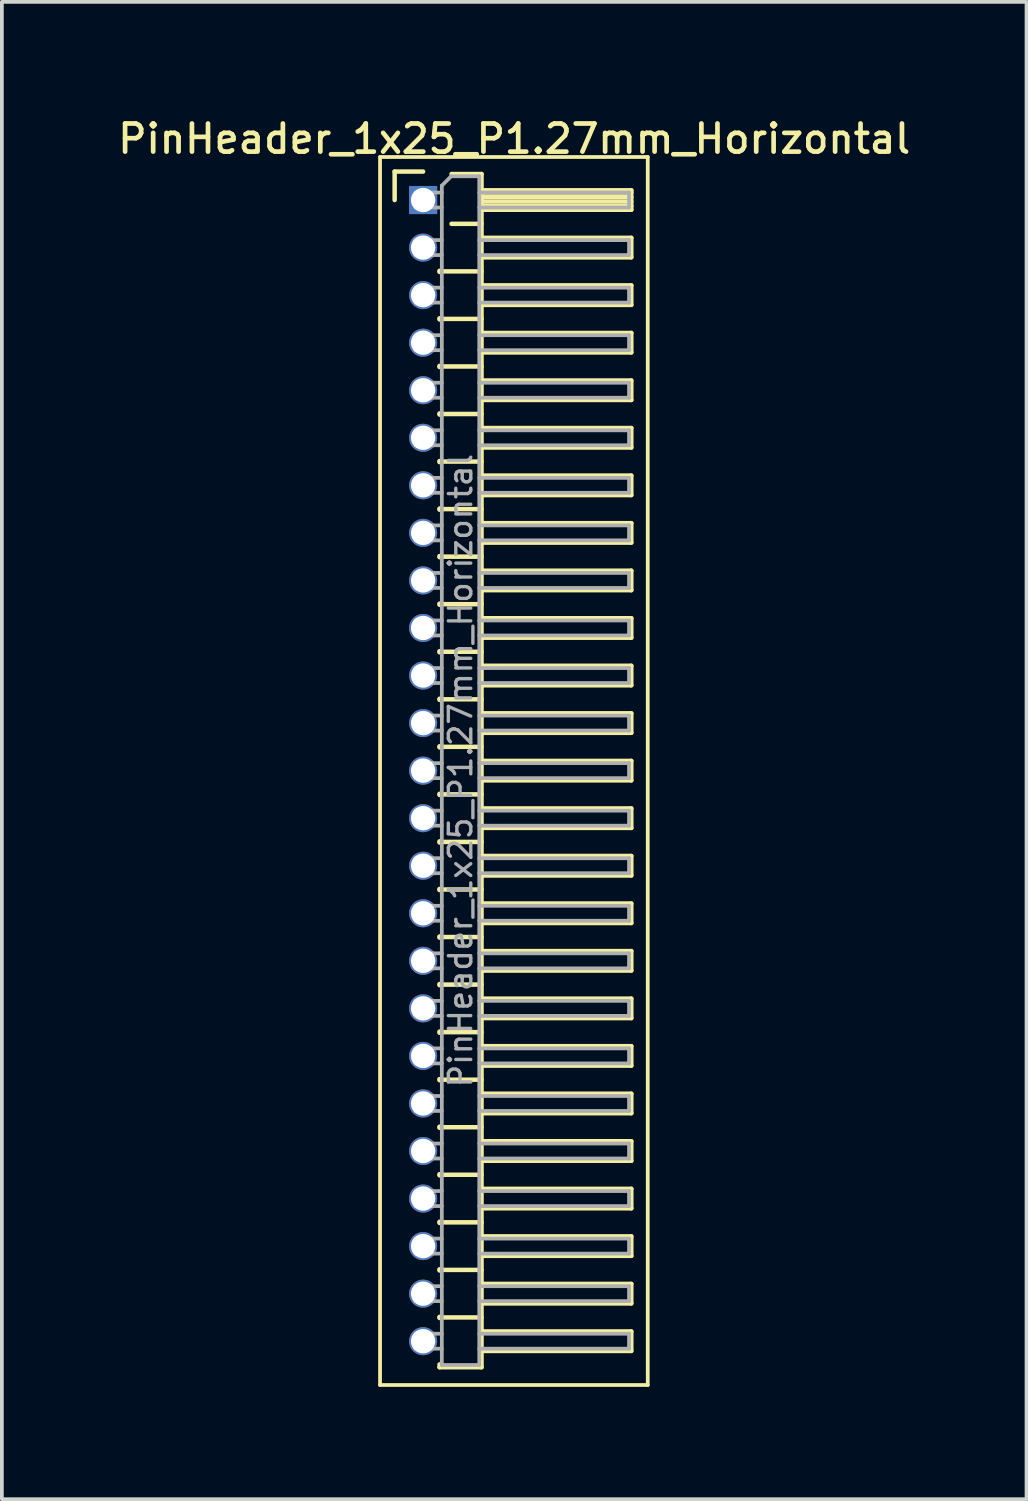
<source format=kicad_pcb>
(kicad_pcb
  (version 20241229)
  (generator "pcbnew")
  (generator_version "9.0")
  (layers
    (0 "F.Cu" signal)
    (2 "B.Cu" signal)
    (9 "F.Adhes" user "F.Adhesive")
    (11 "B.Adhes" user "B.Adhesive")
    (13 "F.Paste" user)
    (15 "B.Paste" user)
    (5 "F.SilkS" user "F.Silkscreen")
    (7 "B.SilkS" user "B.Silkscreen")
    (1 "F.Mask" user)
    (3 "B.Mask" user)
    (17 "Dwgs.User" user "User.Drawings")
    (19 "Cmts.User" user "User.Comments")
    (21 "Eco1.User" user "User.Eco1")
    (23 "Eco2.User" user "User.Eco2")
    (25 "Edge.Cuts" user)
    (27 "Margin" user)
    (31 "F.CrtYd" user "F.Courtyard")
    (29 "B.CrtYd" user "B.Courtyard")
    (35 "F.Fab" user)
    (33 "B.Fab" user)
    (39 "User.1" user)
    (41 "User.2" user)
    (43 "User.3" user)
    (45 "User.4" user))
  (footprint "PinHeader_1x25_P1.27mm_Horizontal"
    (layer "F.Cu")
    (at 8.251 2.293)
    (property "Reference" "PinHeader_1x25_P1.27mm_Horizontal" (at 2.433 -1.635 0) (layer "F.SilkS") (effects (font (size 0.75 0.75) (thickness 0.125))))
    (attr through_hole)
    (fp_line (start -1.15 -1.15) (end -1.15 31.65) (stroke (width 0.1) (type solid)) (layer "F.SilkS"))
    (fp_line (start -1.15 31.65) (end 6 31.65) (stroke (width 0.1) (type solid)) (layer "F.SilkS"))
    (fp_line (start -0.76 -0.76) (end 0 -0.76) (stroke (width 0.12) (type solid)) (layer "F.SilkS"))
    (fp_line (start -0.76 0) (end -0.76 -0.76) (stroke (width 0.12) (type solid)) (layer "F.SilkS"))
    (fp_line (start 0.44 1.89) (end 0.44 1.92) (stroke (width 0.12) (type solid)) (layer "F.SilkS"))
    (fp_line (start 0.44 1.905) (end 1.56 1.905) (stroke (width 0.12) (type solid)) (layer "F.SilkS"))
    (fp_line (start 0.44 3.16) (end 0.44 3.19) (stroke (width 0.12) (type solid)) (layer "F.SilkS"))
    (fp_line (start 0.44 3.175) (end 1.56 3.175) (stroke (width 0.12) (type solid)) (layer "F.SilkS"))
    (fp_line (start 0.44 4.43) (end 0.44 4.46) (stroke (width 0.12) (type solid)) (layer "F.SilkS"))
    (fp_line (start 0.44 4.445) (end 1.56 4.445) (stroke (width 0.12) (type solid)) (layer "F.SilkS"))
    (fp_line (start 0.44 5.7) (end 0.44 5.73) (stroke (width 0.12) (type solid)) (layer "F.SilkS"))
    (fp_line (start 0.44 5.715) (end 1.56 5.715) (stroke (width 0.12) (type solid)) (layer "F.SilkS"))
    (fp_line (start 0.44 6.97) (end 0.44 7) (stroke (width 0.12) (type solid)) (layer "F.SilkS"))
    (fp_line (start 0.44 6.985) (end 1.56 6.985) (stroke (width 0.12) (type solid)) (layer "F.SilkS"))
    (fp_line (start 0.44 8.24) (end 0.44 8.27) (stroke (width 0.12) (type solid)) (layer "F.SilkS"))
    (fp_line (start 0.44 8.255) (end 1.56 8.255) (stroke (width 0.12) (type solid)) (layer "F.SilkS"))
    (fp_line (start 0.44 9.51) (end 0.44 9.54) (stroke (width 0.12) (type solid)) (layer "F.SilkS"))
    (fp_line (start 0.44 9.525) (end 1.56 9.525) (stroke (width 0.12) (type solid)) (layer "F.SilkS"))
    (fp_line (start 0.44 10.78) (end 0.44 10.81) (stroke (width 0.12) (type solid)) (layer "F.SilkS"))
    (fp_line (start 0.44 10.795) (end 1.56 10.795) (stroke (width 0.12) (type solid)) (layer "F.SilkS"))
    (fp_line (start 0.44 12.05) (end 0.44 12.08) (stroke (width 0.12) (type solid)) (layer "F.SilkS"))
    (fp_line (start 0.44 12.065) (end 1.56 12.065) (stroke (width 0.12) (type solid)) (layer "F.SilkS"))
    (fp_line (start 0.44 13.32) (end 0.44 13.35) (stroke (width 0.12) (type solid)) (layer "F.SilkS"))
    (fp_line (start 0.44 13.335) (end 1.56 13.335) (stroke (width 0.12) (type solid)) (layer "F.SilkS"))
    (fp_line (start 0.44 14.59) (end 0.44 14.62) (stroke (width 0.12) (type solid)) (layer "F.SilkS"))
    (fp_line (start 0.44 14.605) (end 1.56 14.605) (stroke (width 0.12) (type solid)) (layer "F.SilkS"))
    (fp_line (start 0.44 15.86) (end 0.44 15.89) (stroke (width 0.12) (type solid)) (layer "F.SilkS"))
    (fp_line (start 0.44 15.875) (end 1.56 15.875) (stroke (width 0.12) (type solid)) (layer "F.SilkS"))
    (fp_line (start 0.44 17.13) (end 0.44 17.16) (stroke (width 0.12) (type solid)) (layer "F.SilkS"))
    (fp_line (start 0.44 17.145) (end 1.56 17.145) (stroke (width 0.12) (type solid)) (layer "F.SilkS"))
    (fp_line (start 0.44 18.4) (end 0.44 18.43) (stroke (width 0.12) (type solid)) (layer "F.SilkS"))
    (fp_line (start 0.44 18.415) (end 1.56 18.415) (stroke (width 0.12) (type solid)) (layer "F.SilkS"))
    (fp_line (start 0.44 19.67) (end 0.44 19.7) (stroke (width 0.12) (type solid)) (layer "F.SilkS"))
    (fp_line (start 0.44 19.685) (end 1.56 19.685) (stroke (width 0.12) (type solid)) (layer "F.SilkS"))
    (fp_line (start 0.44 20.94) (end 0.44 20.97) (stroke (width 0.12) (type solid)) (layer "F.SilkS"))
    (fp_line (start 0.44 20.955) (end 1.56 20.955) (stroke (width 0.12) (type solid)) (layer "F.SilkS"))
    (fp_line (start 0.44 22.21) (end 0.44 22.24) (stroke (width 0.12) (type solid)) (layer "F.SilkS"))
    (fp_line (start 0.44 22.225) (end 1.56 22.225) (stroke (width 0.12) (type solid)) (layer "F.SilkS"))
    (fp_line (start 0.44 23.48) (end 0.44 23.51) (stroke (width 0.12) (type solid)) (layer "F.SilkS"))
    (fp_line (start 0.44 23.495) (end 1.56 23.495) (stroke (width 0.12) (type solid)) (layer "F.SilkS"))
    (fp_line (start 0.44 24.75) (end 0.44 24.78) (stroke (width 0.12) (type solid)) (layer "F.SilkS"))
    (fp_line (start 0.44 24.765) (end 1.56 24.765) (stroke (width 0.12) (type solid)) (layer "F.SilkS"))
    (fp_line (start 0.44 26.02) (end 0.44 26.05) (stroke (width 0.12) (type solid)) (layer "F.SilkS"))
    (fp_line (start 0.44 26.035) (end 1.56 26.035) (stroke (width 0.12) (type solid)) (layer "F.SilkS"))
    (fp_line (start 0.44 27.29) (end 0.44 27.32) (stroke (width 0.12) (type solid)) (layer "F.SilkS"))
    (fp_line (start 0.44 27.305) (end 1.56 27.305) (stroke (width 0.12) (type solid)) (layer "F.SilkS"))
    (fp_line (start 0.44 28.56) (end 0.44 28.59) (stroke (width 0.12) (type solid)) (layer "F.SilkS"))
    (fp_line (start 0.44 28.575) (end 1.56 28.575) (stroke (width 0.12) (type solid)) (layer "F.SilkS"))
    (fp_line (start 0.44 29.83) (end 0.44 29.86) (stroke (width 0.12) (type solid)) (layer "F.SilkS"))
    (fp_line (start 0.44 29.845) (end 1.56 29.845) (stroke (width 0.12) (type solid)) (layer "F.SilkS"))
    (fp_line (start 0.44 31.175) (end 0.44 31.1) (stroke (width 0.12) (type solid)) (layer "F.SilkS"))
    (fp_line (start 0.76 -0.695) (end 1.56 -0.695) (stroke (width 0.12) (type solid)) (layer "F.SilkS"))
    (fp_line (start 0.76 0.635) (end 1.56 0.635) (stroke (width 0.12) (type solid)) (layer "F.SilkS"))
    (fp_line (start 1.56 -0.695) (end 1.56 31.175) (stroke (width 0.12) (type solid)) (layer "F.SilkS"))
    (fp_line (start 1.56 -0.26) (end 5.56 -0.26) (stroke (width 0.12) (type solid)) (layer "F.SilkS"))
    (fp_line (start 1.56 -0.2) (end 5.56 -0.2) (stroke (width 0.12) (type solid)) (layer "F.SilkS"))
    (fp_line (start 1.56 -0.08) (end 5.56 -0.08) (stroke (width 0.12) (type solid)) (layer "F.SilkS"))
    (fp_line (start 1.56 0.04) (end 5.56 0.04) (stroke (width 0.12) (type solid)) (layer "F.SilkS"))
    (fp_line (start 1.56 0.16) (end 5.56 0.16) (stroke (width 0.12) (type solid)) (layer "F.SilkS"))
    (fp_line (start 1.56 1.01) (end 5.56 1.01) (stroke (width 0.12) (type solid)) (layer "F.SilkS"))
    (fp_line (start 1.56 2.28) (end 5.56 2.28) (stroke (width 0.12) (type solid)) (layer "F.SilkS"))
    (fp_line (start 1.56 3.55) (end 5.56 3.55) (stroke (width 0.12) (type solid)) (layer "F.SilkS"))
    (fp_line (start 1.56 4.82) (end 5.56 4.82) (stroke (width 0.12) (type solid)) (layer "F.SilkS"))
    (fp_line (start 1.56 6.09) (end 5.56 6.09) (stroke (width 0.12) (type solid)) (layer "F.SilkS"))
    (fp_line (start 1.56 7.36) (end 5.56 7.36) (stroke (width 0.12) (type solid)) (layer "F.SilkS"))
    (fp_line (start 1.56 8.63) (end 5.56 8.63) (stroke (width 0.12) (type solid)) (layer "F.SilkS"))
    (fp_line (start 1.56 9.9) (end 5.56 9.9) (stroke (width 0.12) (type solid)) (layer "F.SilkS"))
    (fp_line (start 1.56 11.17) (end 5.56 11.17) (stroke (width 0.12) (type solid)) (layer "F.SilkS"))
    (fp_line (start 1.56 12.44) (end 5.56 12.44) (stroke (width 0.12) (type solid)) (layer "F.SilkS"))
    (fp_line (start 1.56 13.71) (end 5.56 13.71) (stroke (width 0.12) (type solid)) (layer "F.SilkS"))
    (fp_line (start 1.56 14.98) (end 5.56 14.98) (stroke (width 0.12) (type solid)) (layer "F.SilkS"))
    (fp_line (start 1.56 16.25) (end 5.56 16.25) (stroke (width 0.12) (type solid)) (layer "F.SilkS"))
    (fp_line (start 1.56 17.52) (end 5.56 17.52) (stroke (width 0.12) (type solid)) (layer "F.SilkS"))
    (fp_line (start 1.56 18.79) (end 5.56 18.79) (stroke (width 0.12) (type solid)) (layer "F.SilkS"))
    (fp_line (start 1.56 20.06) (end 5.56 20.06) (stroke (width 0.12) (type solid)) (layer "F.SilkS"))
    (fp_line (start 1.56 21.33) (end 5.56 21.33) (stroke (width 0.12) (type solid)) (layer "F.SilkS"))
    (fp_line (start 1.56 22.6) (end 5.56 22.6) (stroke (width 0.12) (type solid)) (layer "F.SilkS"))
    (fp_line (start 1.56 23.87) (end 5.56 23.87) (stroke (width 0.12) (type solid)) (layer "F.SilkS"))
    (fp_line (start 1.56 25.14) (end 5.56 25.14) (stroke (width 0.12) (type solid)) (layer "F.SilkS"))
    (fp_line (start 1.56 26.41) (end 5.56 26.41) (stroke (width 0.12) (type solid)) (layer "F.SilkS"))
    (fp_line (start 1.56 27.68) (end 5.56 27.68) (stroke (width 0.12) (type solid)) (layer "F.SilkS"))
    (fp_line (start 1.56 28.95) (end 5.56 28.95) (stroke (width 0.12) (type solid)) (layer "F.SilkS"))
    (fp_line (start 1.56 30.22) (end 5.56 30.22) (stroke (width 0.12) (type solid)) (layer "F.SilkS"))
    (fp_line (start 1.56 31.175) (end 0.44 31.175) (stroke (width 0.12) (type solid)) (layer "F.SilkS"))
    (fp_line (start 5.56 -0.26) (end 5.56 0.26) (stroke (width 0.12) (type solid)) (layer "F.SilkS"))
    (fp_line (start 5.56 0.26) (end 1.56 0.26) (stroke (width 0.12) (type solid)) (layer "F.SilkS"))
    (fp_line (start 5.56 1.01) (end 5.56 1.53) (stroke (width 0.12) (type solid)) (layer "F.SilkS"))
    (fp_line (start 5.56 1.53) (end 1.56 1.53) (stroke (width 0.12) (type solid)) (layer "F.SilkS"))
    (fp_line (start 5.56 2.28) (end 5.56 2.8) (stroke (width 0.12) (type solid)) (layer "F.SilkS"))
    (fp_line (start 5.56 2.8) (end 1.56 2.8) (stroke (width 0.12) (type solid)) (layer "F.SilkS"))
    (fp_line (start 5.56 3.55) (end 5.56 4.07) (stroke (width 0.12) (type solid)) (layer "F.SilkS"))
    (fp_line (start 5.56 4.07) (end 1.56 4.07) (stroke (width 0.12) (type solid)) (layer "F.SilkS"))
    (fp_line (start 5.56 4.82) (end 5.56 5.34) (stroke (width 0.12) (type solid)) (layer "F.SilkS"))
    (fp_line (start 5.56 5.34) (end 1.56 5.34) (stroke (width 0.12) (type solid)) (layer "F.SilkS"))
    (fp_line (start 5.56 6.09) (end 5.56 6.61) (stroke (width 0.12) (type solid)) (layer "F.SilkS"))
    (fp_line (start 5.56 6.61) (end 1.56 6.61) (stroke (width 0.12) (type solid)) (layer "F.SilkS"))
    (fp_line (start 5.56 7.36) (end 5.56 7.88) (stroke (width 0.12) (type solid)) (layer "F.SilkS"))
    (fp_line (start 5.56 7.88) (end 1.56 7.88) (stroke (width 0.12) (type solid)) (layer "F.SilkS"))
    (fp_line (start 5.56 8.63) (end 5.56 9.15) (stroke (width 0.12) (type solid)) (layer "F.SilkS"))
    (fp_line (start 5.56 9.15) (end 1.56 9.15) (stroke (width 0.12) (type solid)) (layer "F.SilkS"))
    (fp_line (start 5.56 9.9) (end 5.56 10.42) (stroke (width 0.12) (type solid)) (layer "F.SilkS"))
    (fp_line (start 5.56 10.42) (end 1.56 10.42) (stroke (width 0.12) (type solid)) (layer "F.SilkS"))
    (fp_line (start 5.56 11.17) (end 5.56 11.69) (stroke (width 0.12) (type solid)) (layer "F.SilkS"))
    (fp_line (start 5.56 11.69) (end 1.56 11.69) (stroke (width 0.12) (type solid)) (layer "F.SilkS"))
    (fp_line (start 5.56 12.44) (end 5.56 12.96) (stroke (width 0.12) (type solid)) (layer "F.SilkS"))
    (fp_line (start 5.56 12.96) (end 1.56 12.96) (stroke (width 0.12) (type solid)) (layer "F.SilkS"))
    (fp_line (start 5.56 13.71) (end 5.56 14.23) (stroke (width 0.12) (type solid)) (layer "F.SilkS"))
    (fp_line (start 5.56 14.23) (end 1.56 14.23) (stroke (width 0.12) (type solid)) (layer "F.SilkS"))
    (fp_line (start 5.56 14.98) (end 5.56 15.5) (stroke (width 0.12) (type solid)) (layer "F.SilkS"))
    (fp_line (start 5.56 15.5) (end 1.56 15.5) (stroke (width 0.12) (type solid)) (layer "F.SilkS"))
    (fp_line (start 5.56 16.25) (end 5.56 16.77) (stroke (width 0.12) (type solid)) (layer "F.SilkS"))
    (fp_line (start 5.56 16.77) (end 1.56 16.77) (stroke (width 0.12) (type solid)) (layer "F.SilkS"))
    (fp_line (start 5.56 17.52) (end 5.56 18.04) (stroke (width 0.12) (type solid)) (layer "F.SilkS"))
    (fp_line (start 5.56 18.04) (end 1.56 18.04) (stroke (width 0.12) (type solid)) (layer "F.SilkS"))
    (fp_line (start 5.56 18.79) (end 5.56 19.31) (stroke (width 0.12) (type solid)) (layer "F.SilkS"))
    (fp_line (start 5.56 19.31) (end 1.56 19.31) (stroke (width 0.12) (type solid)) (layer "F.SilkS"))
    (fp_line (start 5.56 20.06) (end 5.56 20.58) (stroke (width 0.12) (type solid)) (layer "F.SilkS"))
    (fp_line (start 5.56 20.58) (end 1.56 20.58) (stroke (width 0.12) (type solid)) (layer "F.SilkS"))
    (fp_line (start 5.56 21.33) (end 5.56 21.85) (stroke (width 0.12) (type solid)) (layer "F.SilkS"))
    (fp_line (start 5.56 21.85) (end 1.56 21.85) (stroke (width 0.12) (type solid)) (layer "F.SilkS"))
    (fp_line (start 5.56 22.6) (end 5.56 23.12) (stroke (width 0.12) (type solid)) (layer "F.SilkS"))
    (fp_line (start 5.56 23.12) (end 1.56 23.12) (stroke (width 0.12) (type solid)) (layer "F.SilkS"))
    (fp_line (start 5.56 23.87) (end 5.56 24.39) (stroke (width 0.12) (type solid)) (layer "F.SilkS"))
    (fp_line (start 5.56 24.39) (end 1.56 24.39) (stroke (width 0.12) (type solid)) (layer "F.SilkS"))
    (fp_line (start 5.56 25.14) (end 5.56 25.66) (stroke (width 0.12) (type solid)) (layer "F.SilkS"))
    (fp_line (start 5.56 25.66) (end 1.56 25.66) (stroke (width 0.12) (type solid)) (layer "F.SilkS"))
    (fp_line (start 5.56 26.41) (end 5.56 26.93) (stroke (width 0.12) (type solid)) (layer "F.SilkS"))
    (fp_line (start 5.56 26.93) (end 1.56 26.93) (stroke (width 0.12) (type solid)) (layer "F.SilkS"))
    (fp_line (start 5.56 27.68) (end 5.56 28.2) (stroke (width 0.12) (type solid)) (layer "F.SilkS"))
    (fp_line (start 5.56 28.2) (end 1.56 28.2) (stroke (width 0.12) (type solid)) (layer "F.SilkS"))
    (fp_line (start 5.56 28.95) (end 5.56 29.47) (stroke (width 0.12) (type solid)) (layer "F.SilkS"))
    (fp_line (start 5.56 29.47) (end 1.56 29.47) (stroke (width 0.12) (type solid)) (layer "F.SilkS"))
    (fp_line (start 5.56 30.22) (end 5.56 30.74) (stroke (width 0.12) (type solid)) (layer "F.SilkS"))
    (fp_line (start 5.56 30.74) (end 1.56 30.74) (stroke (width 0.12) (type solid)) (layer "F.SilkS"))
    (fp_line (start 6 -1.15) (end -1.15 -1.15) (stroke (width 0.1) (type solid)) (layer "F.SilkS"))
    (fp_line (start 6 31.65) (end 6 -1.15) (stroke (width 0.1) (type solid)) (layer "F.SilkS"))
    (fp_line (start -0.2 -0.2) (end -0.2 0.2) (stroke (width 0.1) (type solid)) (layer "F.Fab"))
    (fp_line (start -0.2 -0.2) (end 0.5 -0.2) (stroke (width 0.1) (type solid)) (layer "F.Fab"))
    (fp_line (start -0.2 0.2) (end 0.5 0.2) (stroke (width 0.1) (type solid)) (layer "F.Fab"))
    (fp_line (start -0.2 1.07) (end -0.2 1.47) (stroke (width 0.1) (type solid)) (layer "F.Fab"))
    (fp_line (start -0.2 1.07) (end 0.5 1.07) (stroke (width 0.1) (type solid)) (layer "F.Fab"))
    (fp_line (start -0.2 1.47) (end 0.5 1.47) (stroke (width 0.1) (type solid)) (layer "F.Fab"))
    (fp_line (start -0.2 2.34) (end -0.2 2.74) (stroke (width 0.1) (type solid)) (layer "F.Fab"))
    (fp_line (start -0.2 2.34) (end 0.5 2.34) (stroke (width 0.1) (type solid)) (layer "F.Fab"))
    (fp_line (start -0.2 2.74) (end 0.5 2.74) (stroke (width 0.1) (type solid)) (layer "F.Fab"))
    (fp_line (start -0.2 3.61) (end -0.2 4.01) (stroke (width 0.1) (type solid)) (layer "F.Fab"))
    (fp_line (start -0.2 3.61) (end 0.5 3.61) (stroke (width 0.1) (type solid)) (layer "F.Fab"))
    (fp_line (start -0.2 4.01) (end 0.5 4.01) (stroke (width 0.1) (type solid)) (layer "F.Fab"))
    (fp_line (start -0.2 4.88) (end -0.2 5.28) (stroke (width 0.1) (type solid)) (layer "F.Fab"))
    (fp_line (start -0.2 4.88) (end 0.5 4.88) (stroke (width 0.1) (type solid)) (layer "F.Fab"))
    (fp_line (start -0.2 5.28) (end 0.5 5.28) (stroke (width 0.1) (type solid)) (layer "F.Fab"))
    (fp_line (start -0.2 6.15) (end -0.2 6.55) (stroke (width 0.1) (type solid)) (layer "F.Fab"))
    (fp_line (start -0.2 6.15) (end 0.5 6.15) (stroke (width 0.1) (type solid)) (layer "F.Fab"))
    (fp_line (start -0.2 6.55) (end 0.5 6.55) (stroke (width 0.1) (type solid)) (layer "F.Fab"))
    (fp_line (start -0.2 7.42) (end -0.2 7.82) (stroke (width 0.1) (type solid)) (layer "F.Fab"))
    (fp_line (start -0.2 7.42) (end 0.5 7.42) (stroke (width 0.1) (type solid)) (layer "F.Fab"))
    (fp_line (start -0.2 7.82) (end 0.5 7.82) (stroke (width 0.1) (type solid)) (layer "F.Fab"))
    (fp_line (start -0.2 8.69) (end -0.2 9.09) (stroke (width 0.1) (type solid)) (layer "F.Fab"))
    (fp_line (start -0.2 8.69) (end 0.5 8.69) (stroke (width 0.1) (type solid)) (layer "F.Fab"))
    (fp_line (start -0.2 9.09) (end 0.5 9.09) (stroke (width 0.1) (type solid)) (layer "F.Fab"))
    (fp_line (start -0.2 9.96) (end -0.2 10.36) (stroke (width 0.1) (type solid)) (layer "F.Fab"))
    (fp_line (start -0.2 9.96) (end 0.5 9.96) (stroke (width 0.1) (type solid)) (layer "F.Fab"))
    (fp_line (start -0.2 10.36) (end 0.5 10.36) (stroke (width 0.1) (type solid)) (layer "F.Fab"))
    (fp_line (start -0.2 11.23) (end -0.2 11.63) (stroke (width 0.1) (type solid)) (layer "F.Fab"))
    (fp_line (start -0.2 11.23) (end 0.5 11.23) (stroke (width 0.1) (type solid)) (layer "F.Fab"))
    (fp_line (start -0.2 11.63) (end 0.5 11.63) (stroke (width 0.1) (type solid)) (layer "F.Fab"))
    (fp_line (start -0.2 12.5) (end -0.2 12.9) (stroke (width 0.1) (type solid)) (layer "F.Fab"))
    (fp_line (start -0.2 12.5) (end 0.5 12.5) (stroke (width 0.1) (type solid)) (layer "F.Fab"))
    (fp_line (start -0.2 12.9) (end 0.5 12.9) (stroke (width 0.1) (type solid)) (layer "F.Fab"))
    (fp_line (start -0.2 13.77) (end -0.2 14.17) (stroke (width 0.1) (type solid)) (layer "F.Fab"))
    (fp_line (start -0.2 13.77) (end 0.5 13.77) (stroke (width 0.1) (type solid)) (layer "F.Fab"))
    (fp_line (start -0.2 14.17) (end 0.5 14.17) (stroke (width 0.1) (type solid)) (layer "F.Fab"))
    (fp_line (start -0.2 15.04) (end -0.2 15.44) (stroke (width 0.1) (type solid)) (layer "F.Fab"))
    (fp_line (start -0.2 15.04) (end 0.5 15.04) (stroke (width 0.1) (type solid)) (layer "F.Fab"))
    (fp_line (start -0.2 15.44) (end 0.5 15.44) (stroke (width 0.1) (type solid)) (layer "F.Fab"))
    (fp_line (start -0.2 16.31) (end -0.2 16.71) (stroke (width 0.1) (type solid)) (layer "F.Fab"))
    (fp_line (start -0.2 16.31) (end 0.5 16.31) (stroke (width 0.1) (type solid)) (layer "F.Fab"))
    (fp_line (start -0.2 16.71) (end 0.5 16.71) (stroke (width 0.1) (type solid)) (layer "F.Fab"))
    (fp_line (start -0.2 17.58) (end -0.2 17.98) (stroke (width 0.1) (type solid)) (layer "F.Fab"))
    (fp_line (start -0.2 17.58) (end 0.5 17.58) (stroke (width 0.1) (type solid)) (layer "F.Fab"))
    (fp_line (start -0.2 17.98) (end 0.5 17.98) (stroke (width 0.1) (type solid)) (layer "F.Fab"))
    (fp_line (start -0.2 18.85) (end -0.2 19.25) (stroke (width 0.1) (type solid)) (layer "F.Fab"))
    (fp_line (start -0.2 18.85) (end 0.5 18.85) (stroke (width 0.1) (type solid)) (layer "F.Fab"))
    (fp_line (start -0.2 19.25) (end 0.5 19.25) (stroke (width 0.1) (type solid)) (layer "F.Fab"))
    (fp_line (start -0.2 20.12) (end -0.2 20.52) (stroke (width 0.1) (type solid)) (layer "F.Fab"))
    (fp_line (start -0.2 20.12) (end 0.5 20.12) (stroke (width 0.1) (type solid)) (layer "F.Fab"))
    (fp_line (start -0.2 20.52) (end 0.5 20.52) (stroke (width 0.1) (type solid)) (layer "F.Fab"))
    (fp_line (start -0.2 21.39) (end -0.2 21.79) (stroke (width 0.1) (type solid)) (layer "F.Fab"))
    (fp_line (start -0.2 21.39) (end 0.5 21.39) (stroke (width 0.1) (type solid)) (layer "F.Fab"))
    (fp_line (start -0.2 21.79) (end 0.5 21.79) (stroke (width 0.1) (type solid)) (layer "F.Fab"))
    (fp_line (start -0.2 22.66) (end -0.2 23.06) (stroke (width 0.1) (type solid)) (layer "F.Fab"))
    (fp_line (start -0.2 22.66) (end 0.5 22.66) (stroke (width 0.1) (type solid)) (layer "F.Fab"))
    (fp_line (start -0.2 23.06) (end 0.5 23.06) (stroke (width 0.1) (type solid)) (layer "F.Fab"))
    (fp_line (start -0.2 23.93) (end -0.2 24.33) (stroke (width 0.1) (type solid)) (layer "F.Fab"))
    (fp_line (start -0.2 23.93) (end 0.5 23.93) (stroke (width 0.1) (type solid)) (layer "F.Fab"))
    (fp_line (start -0.2 24.33) (end 0.5 24.33) (stroke (width 0.1) (type solid)) (layer "F.Fab"))
    (fp_line (start -0.2 25.2) (end -0.2 25.6) (stroke (width 0.1) (type solid)) (layer "F.Fab"))
    (fp_line (start -0.2 25.2) (end 0.5 25.2) (stroke (width 0.1) (type solid)) (layer "F.Fab"))
    (fp_line (start -0.2 25.6) (end 0.5 25.6) (stroke (width 0.1) (type solid)) (layer "F.Fab"))
    (fp_line (start -0.2 26.47) (end -0.2 26.87) (stroke (width 0.1) (type solid)) (layer "F.Fab"))
    (fp_line (start -0.2 26.47) (end 0.5 26.47) (stroke (width 0.1) (type solid)) (layer "F.Fab"))
    (fp_line (start -0.2 26.87) (end 0.5 26.87) (stroke (width 0.1) (type solid)) (layer "F.Fab"))
    (fp_line (start -0.2 27.74) (end -0.2 28.14) (stroke (width 0.1) (type solid)) (layer "F.Fab"))
    (fp_line (start -0.2 27.74) (end 0.5 27.74) (stroke (width 0.1) (type solid)) (layer "F.Fab"))
    (fp_line (start -0.2 28.14) (end 0.5 28.14) (stroke (width 0.1) (type solid)) (layer "F.Fab"))
    (fp_line (start -0.2 29.01) (end -0.2 29.41) (stroke (width 0.1) (type solid)) (layer "F.Fab"))
    (fp_line (start -0.2 29.01) (end 0.5 29.01) (stroke (width 0.1) (type solid)) (layer "F.Fab"))
    (fp_line (start -0.2 29.41) (end 0.5 29.41) (stroke (width 0.1) (type solid)) (layer "F.Fab"))
    (fp_line (start -0.2 30.28) (end -0.2 30.68) (stroke (width 0.1) (type solid)) (layer "F.Fab"))
    (fp_line (start -0.2 30.28) (end 0.5 30.28) (stroke (width 0.1) (type solid)) (layer "F.Fab"))
    (fp_line (start -0.2 30.68) (end 0.5 30.68) (stroke (width 0.1) (type solid)) (layer "F.Fab"))
    (fp_line (start 0.5 -0.385) (end 0.75 -0.635) (stroke (width 0.1) (type solid)) (layer "F.Fab"))
    (fp_line (start 0.5 31.115) (end 0.5 -0.385) (stroke (width 0.1) (type solid)) (layer "F.Fab"))
    (fp_line (start 0.75 -0.635) (end 1.5 -0.635) (stroke (width 0.1) (type solid)) (layer "F.Fab"))
    (fp_line (start 1.5 -0.635) (end 1.5 31.115) (stroke (width 0.1) (type solid)) (layer "F.Fab"))
    (fp_line (start 1.5 -0.2) (end 5.5 -0.2) (stroke (width 0.1) (type solid)) (layer "F.Fab"))
    (fp_line (start 1.5 0.2) (end 5.5 0.2) (stroke (width 0.1) (type solid)) (layer "F.Fab"))
    (fp_line (start 1.5 1.07) (end 5.5 1.07) (stroke (width 0.1) (type solid)) (layer "F.Fab"))
    (fp_line (start 1.5 1.47) (end 5.5 1.47) (stroke (width 0.1) (type solid)) (layer "F.Fab"))
    (fp_line (start 1.5 2.34) (end 5.5 2.34) (stroke (width 0.1) (type solid)) (layer "F.Fab"))
    (fp_line (start 1.5 2.74) (end 5.5 2.74) (stroke (width 0.1) (type solid)) (layer "F.Fab"))
    (fp_line (start 1.5 3.61) (end 5.5 3.61) (stroke (width 0.1) (type solid)) (layer "F.Fab"))
    (fp_line (start 1.5 4.01) (end 5.5 4.01) (stroke (width 0.1) (type solid)) (layer "F.Fab"))
    (fp_line (start 1.5 4.88) (end 5.5 4.88) (stroke (width 0.1) (type solid)) (layer "F.Fab"))
    (fp_line (start 1.5 5.28) (end 5.5 5.28) (stroke (width 0.1) (type solid)) (layer "F.Fab"))
    (fp_line (start 1.5 6.15) (end 5.5 6.15) (stroke (width 0.1) (type solid)) (layer "F.Fab"))
    (fp_line (start 1.5 6.55) (end 5.5 6.55) (stroke (width 0.1) (type solid)) (layer "F.Fab"))
    (fp_line (start 1.5 7.42) (end 5.5 7.42) (stroke (width 0.1) (type solid)) (layer "F.Fab"))
    (fp_line (start 1.5 7.82) (end 5.5 7.82) (stroke (width 0.1) (type solid)) (layer "F.Fab"))
    (fp_line (start 1.5 8.69) (end 5.5 8.69) (stroke (width 0.1) (type solid)) (layer "F.Fab"))
    (fp_line (start 1.5 9.09) (end 5.5 9.09) (stroke (width 0.1) (type solid)) (layer "F.Fab"))
    (fp_line (start 1.5 9.96) (end 5.5 9.96) (stroke (width 0.1) (type solid)) (layer "F.Fab"))
    (fp_line (start 1.5 10.36) (end 5.5 10.36) (stroke (width 0.1) (type solid)) (layer "F.Fab"))
    (fp_line (start 1.5 11.23) (end 5.5 11.23) (stroke (width 0.1) (type solid)) (layer "F.Fab"))
    (fp_line (start 1.5 11.63) (end 5.5 11.63) (stroke (width 0.1) (type solid)) (layer "F.Fab"))
    (fp_line (start 1.5 12.5) (end 5.5 12.5) (stroke (width 0.1) (type solid)) (layer "F.Fab"))
    (fp_line (start 1.5 12.9) (end 5.5 12.9) (stroke (width 0.1) (type solid)) (layer "F.Fab"))
    (fp_line (start 1.5 13.77) (end 5.5 13.77) (stroke (width 0.1) (type solid)) (layer "F.Fab"))
    (fp_line (start 1.5 14.17) (end 5.5 14.17) (stroke (width 0.1) (type solid)) (layer "F.Fab"))
    (fp_line (start 1.5 15.04) (end 5.5 15.04) (stroke (width 0.1) (type solid)) (layer "F.Fab"))
    (fp_line (start 1.5 15.44) (end 5.5 15.44) (stroke (width 0.1) (type solid)) (layer "F.Fab"))
    (fp_line (start 1.5 16.31) (end 5.5 16.31) (stroke (width 0.1) (type solid)) (layer "F.Fab"))
    (fp_line (start 1.5 16.71) (end 5.5 16.71) (stroke (width 0.1) (type solid)) (layer "F.Fab"))
    (fp_line (start 1.5 17.58) (end 5.5 17.58) (stroke (width 0.1) (type solid)) (layer "F.Fab"))
    (fp_line (start 1.5 17.98) (end 5.5 17.98) (stroke (width 0.1) (type solid)) (layer "F.Fab"))
    (fp_line (start 1.5 18.85) (end 5.5 18.85) (stroke (width 0.1) (type solid)) (layer "F.Fab"))
    (fp_line (start 1.5 19.25) (end 5.5 19.25) (stroke (width 0.1) (type solid)) (layer "F.Fab"))
    (fp_line (start 1.5 20.12) (end 5.5 20.12) (stroke (width 0.1) (type solid)) (layer "F.Fab"))
    (fp_line (start 1.5 20.52) (end 5.5 20.52) (stroke (width 0.1) (type solid)) (layer "F.Fab"))
    (fp_line (start 1.5 21.39) (end 5.5 21.39) (stroke (width 0.1) (type solid)) (layer "F.Fab"))
    (fp_line (start 1.5 21.79) (end 5.5 21.79) (stroke (width 0.1) (type solid)) (layer "F.Fab"))
    (fp_line (start 1.5 22.66) (end 5.5 22.66) (stroke (width 0.1) (type solid)) (layer "F.Fab"))
    (fp_line (start 1.5 23.06) (end 5.5 23.06) (stroke (width 0.1) (type solid)) (layer "F.Fab"))
    (fp_line (start 1.5 23.93) (end 5.5 23.93) (stroke (width 0.1) (type solid)) (layer "F.Fab"))
    (fp_line (start 1.5 24.33) (end 5.5 24.33) (stroke (width 0.1) (type solid)) (layer "F.Fab"))
    (fp_line (start 1.5 25.2) (end 5.5 25.2) (stroke (width 0.1) (type solid)) (layer "F.Fab"))
    (fp_line (start 1.5 25.6) (end 5.5 25.6) (stroke (width 0.1) (type solid)) (layer "F.Fab"))
    (fp_line (start 1.5 26.47) (end 5.5 26.47) (stroke (width 0.1) (type solid)) (layer "F.Fab"))
    (fp_line (start 1.5 26.87) (end 5.5 26.87) (stroke (width 0.1) (type solid)) (layer "F.Fab"))
    (fp_line (start 1.5 27.74) (end 5.5 27.74) (stroke (width 0.1) (type solid)) (layer "F.Fab"))
    (fp_line (start 1.5 28.14) (end 5.5 28.14) (stroke (width 0.1) (type solid)) (layer "F.Fab"))
    (fp_line (start 1.5 29.01) (end 5.5 29.01) (stroke (width 0.1) (type solid)) (layer "F.Fab"))
    (fp_line (start 1.5 29.41) (end 5.5 29.41) (stroke (width 0.1) (type solid)) (layer "F.Fab"))
    (fp_line (start 1.5 30.28) (end 5.5 30.28) (stroke (width 0.1) (type solid)) (layer "F.Fab"))
    (fp_line (start 1.5 30.68) (end 5.5 30.68) (stroke (width 0.1) (type solid)) (layer "F.Fab"))
    (fp_line (start 1.5 31.115) (end 0.5 31.115) (stroke (width 0.1) (type solid)) (layer "F.Fab"))
    (fp_line (start 5.5 -0.2) (end 5.5 0.2) (stroke (width 0.1) (type solid)) (layer "F.Fab"))
    (fp_line (start 5.5 1.07) (end 5.5 1.47) (stroke (width 0.1) (type solid)) (layer "F.Fab"))
    (fp_line (start 5.5 2.34) (end 5.5 2.74) (stroke (width 0.1) (type solid)) (layer "F.Fab"))
    (fp_line (start 5.5 3.61) (end 5.5 4.01) (stroke (width 0.1) (type solid)) (layer "F.Fab"))
    (fp_line (start 5.5 4.88) (end 5.5 5.28) (stroke (width 0.1) (type solid)) (layer "F.Fab"))
    (fp_line (start 5.5 6.15) (end 5.5 6.55) (stroke (width 0.1) (type solid)) (layer "F.Fab"))
    (fp_line (start 5.5 7.42) (end 5.5 7.82) (stroke (width 0.1) (type solid)) (layer "F.Fab"))
    (fp_line (start 5.5 8.69) (end 5.5 9.09) (stroke (width 0.1) (type solid)) (layer "F.Fab"))
    (fp_line (start 5.5 9.96) (end 5.5 10.36) (stroke (width 0.1) (type solid)) (layer "F.Fab"))
    (fp_line (start 5.5 11.23) (end 5.5 11.63) (stroke (width 0.1) (type solid)) (layer "F.Fab"))
    (fp_line (start 5.5 12.5) (end 5.5 12.9) (stroke (width 0.1) (type solid)) (layer "F.Fab"))
    (fp_line (start 5.5 13.77) (end 5.5 14.17) (stroke (width 0.1) (type solid)) (layer "F.Fab"))
    (fp_line (start 5.5 15.04) (end 5.5 15.44) (stroke (width 0.1) (type solid)) (layer "F.Fab"))
    (fp_line (start 5.5 16.31) (end 5.5 16.71) (stroke (width 0.1) (type solid)) (layer "F.Fab"))
    (fp_line (start 5.5 17.58) (end 5.5 17.98) (stroke (width 0.1) (type solid)) (layer "F.Fab"))
    (fp_line (start 5.5 18.85) (end 5.5 19.25) (stroke (width 0.1) (type solid)) (layer "F.Fab"))
    (fp_line (start 5.5 20.12) (end 5.5 20.52) (stroke (width 0.1) (type solid)) (layer "F.Fab"))
    (fp_line (start 5.5 21.39) (end 5.5 21.79) (stroke (width 0.1) (type solid)) (layer "F.Fab"))
    (fp_line (start 5.5 22.66) (end 5.5 23.06) (stroke (width 0.1) (type solid)) (layer "F.Fab"))
    (fp_line (start 5.5 23.93) (end 5.5 24.33) (stroke (width 0.1) (type solid)) (layer "F.Fab"))
    (fp_line (start 5.5 25.2) (end 5.5 25.6) (stroke (width 0.1) (type solid)) (layer "F.Fab"))
    (fp_line (start 5.5 26.47) (end 5.5 26.87) (stroke (width 0.1) (type solid)) (layer "F.Fab"))
    (fp_line (start 5.5 27.74) (end 5.5 28.14) (stroke (width 0.1) (type solid)) (layer "F.Fab"))
    (fp_line (start 5.5 29.01) (end 5.5 29.41) (stroke (width 0.1) (type solid)) (layer "F.Fab"))
    (fp_line (start 5.5 30.28) (end 5.5 30.68) (stroke (width 0.1) (type solid)) (layer "F.Fab"))
    (fp_text user "${REFERENCE}" (at 1 15.24 90) (layer "F.Fab") (effects (font (size 0.6 0.6) (thickness 0.09))))
    (pad "1" thru_hole rect (at 0 0) (size 0.75 0.75) (drill 0.65) (layers "*.Cu" "*.Mask"))
    (pad "2" thru_hole oval (at 0 1.27) (size 0.75 0.75) (drill 0.65) (layers "*.Cu" "*.Mask"))
    (pad "3" thru_hole oval (at 0 2.54) (size 0.75 0.75) (drill 0.65) (layers "*.Cu" "*.Mask"))
    (pad "4" thru_hole oval (at 0 3.81) (size 0.75 0.75) (drill 0.65) (layers "*.Cu" "*.Mask"))
    (pad "5" thru_hole oval (at 0 5.08) (size 0.75 0.75) (drill 0.65) (layers "*.Cu" "*.Mask"))
    (pad "6" thru_hole oval (at 0 6.35) (size 0.75 0.75) (drill 0.65) (layers "*.Cu" "*.Mask"))
    (pad "7" thru_hole oval (at 0 7.62) (size 0.75 0.75) (drill 0.65) (layers "*.Cu" "*.Mask"))
    (pad "8" thru_hole oval (at 0 8.89) (size 0.75 0.75) (drill 0.65) (layers "*.Cu" "*.Mask"))
    (pad "9" thru_hole oval (at 0 10.16) (size 0.75 0.75) (drill 0.65) (layers "*.Cu" "*.Mask"))
    (pad "10" thru_hole oval (at 0 11.43) (size 0.75 0.75) (drill 0.65) (layers "*.Cu" "*.Mask"))
    (pad "11" thru_hole oval (at 0 12.7) (size 0.75 0.75) (drill 0.65) (layers "*.Cu" "*.Mask"))
    (pad "12" thru_hole oval (at 0 13.97) (size 0.75 0.75) (drill 0.65) (layers "*.Cu" "*.Mask"))
    (pad "13" thru_hole oval (at 0 15.24) (size 0.75 0.75) (drill 0.65) (layers "*.Cu" "*.Mask"))
    (pad "14" thru_hole oval (at 0 16.51) (size 0.75 0.75) (drill 0.65) (layers "*.Cu" "*.Mask"))
    (pad "15" thru_hole oval (at 0 17.78) (size 0.75 0.75) (drill 0.65) (layers "*.Cu" "*.Mask"))
    (pad "16" thru_hole oval (at 0 19.05) (size 0.75 0.75) (drill 0.65) (layers "*.Cu" "*.Mask"))
    (pad "17" thru_hole oval (at 0 20.32) (size 0.75 0.75) (drill 0.65) (layers "*.Cu" "*.Mask"))
    (pad "18" thru_hole oval (at 0 21.59) (size 0.75 0.75) (drill 0.65) (layers "*.Cu" "*.Mask"))
    (pad "19" thru_hole oval (at 0 22.86) (size 0.75 0.75) (drill 0.65) (layers "*.Cu" "*.Mask"))
    (pad "20" thru_hole oval (at 0 24.13) (size 0.75 0.75) (drill 0.65) (layers "*.Cu" "*.Mask"))
    (pad "21" thru_hole oval (at 0 25.4) (size 0.75 0.75) (drill 0.65) (layers "*.Cu" "*.Mask"))
    (pad "22" thru_hole oval (at 0 26.67) (size 0.75 0.75) (drill 0.65) (layers "*.Cu" "*.Mask"))
    (pad "23" thru_hole oval (at 0 27.94) (size 0.75 0.75) (drill 0.65) (layers "*.Cu" "*.Mask"))
    (pad "24" thru_hole oval (at 0 29.21) (size 0.75 0.75) (drill 0.65) (layers "*.Cu" "*.Mask"))
    (pad "25" thru_hole oval (at 0 30.48) (size 0.75 0.75) (drill 0.65) (layers "*.Cu" "*.Mask")))
  (gr_rect
    (start -3 -3)
    (end 24.368 36.993)
    (stroke (width 0.1) (type default))
    (fill no)
    (layer "Edge.Cuts")))
</source>
